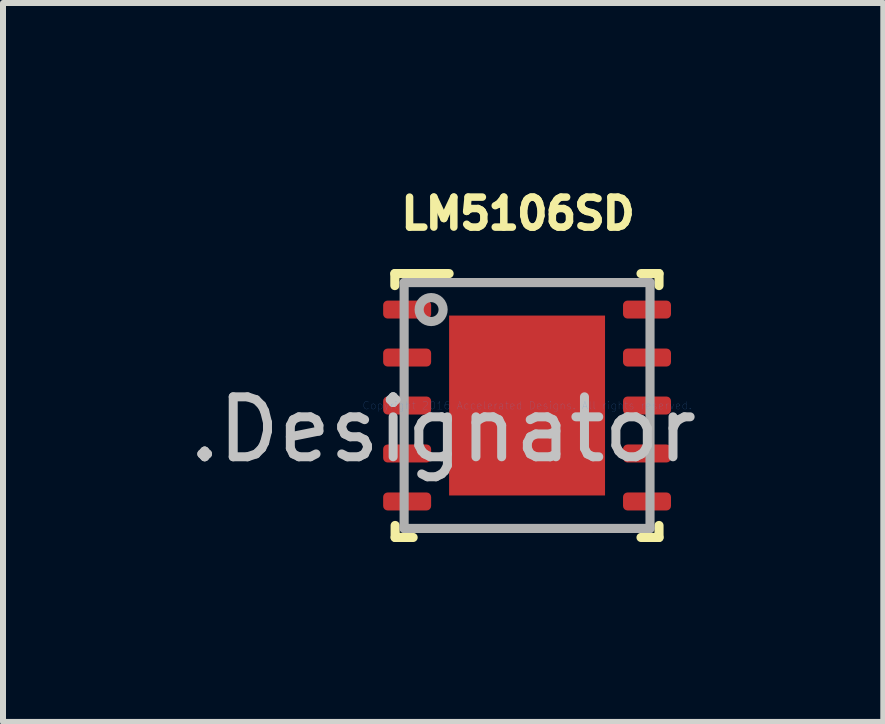
<source format=kicad_pcb>
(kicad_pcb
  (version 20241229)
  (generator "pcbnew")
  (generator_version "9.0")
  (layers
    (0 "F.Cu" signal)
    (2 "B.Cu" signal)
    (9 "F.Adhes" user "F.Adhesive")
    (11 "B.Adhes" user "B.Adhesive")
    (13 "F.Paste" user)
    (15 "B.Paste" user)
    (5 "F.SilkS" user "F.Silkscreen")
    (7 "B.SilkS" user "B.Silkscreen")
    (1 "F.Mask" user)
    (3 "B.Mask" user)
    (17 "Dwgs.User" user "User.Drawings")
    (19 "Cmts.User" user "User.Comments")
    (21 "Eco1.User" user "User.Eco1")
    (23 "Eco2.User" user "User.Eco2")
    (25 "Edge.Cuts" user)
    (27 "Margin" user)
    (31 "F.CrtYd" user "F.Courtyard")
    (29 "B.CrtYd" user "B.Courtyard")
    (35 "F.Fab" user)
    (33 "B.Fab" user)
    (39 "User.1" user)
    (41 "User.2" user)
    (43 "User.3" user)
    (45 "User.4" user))
  (footprint "LM5106SD"
    (layer "F.Cu")
    (at 5.739 3.712)
    (property "Reference" "LM5106SD" (at -0.15 -3.2 0) (layer "F.SilkS") (effects (font (size 0.5 0.5) (thickness 0.125))))
    (attr through_hole)
    (fp_line (start -2.205 -2.2) (end -1.3 -2.2) (stroke (width 0.152) (type solid)) (layer "F.SilkS"))
    (fp_line (start -2.205 -2) (end -2.205 -2.2) (stroke (width 0.152) (type solid)) (layer "F.SilkS"))
    (fp_line (start -2.2 2.2) (end -2.2 2) (stroke (width 0.152) (type solid)) (layer "F.SilkS"))
    (fp_line (start -2.2 2.2) (end -1.9 2.2) (stroke (width 0.152) (type solid)) (layer "F.SilkS"))
    (fp_line (start 1.9 -2.2) (end 2.2 -2.2) (stroke (width 0.152) (type solid)) (layer "F.SilkS"))
    (fp_line (start 1.9 2.2) (end 2.2 2.2) (stroke (width 0.152) (type solid)) (layer "F.SilkS"))
    (fp_line (start 2.2 -2) (end 2.2 -2.2) (stroke (width 0.152) (type solid)) (layer "F.SilkS"))
    (fp_line (start 2.2 2.2) (end 2.2 2) (stroke (width 0.152) (type solid)) (layer "F.SilkS"))
    (fp_line (start -1.248 -1.41) (end -1.248 -0.1) (stroke (width 0.152) (type solid)) (layer "F.Paste"))
    (fp_line (start -1.248 -0.1) (end -0.1 -0.1) (stroke (width 0.152) (type solid)) (layer "F.Paste"))
    (fp_line (start -1.248 0.1) (end -1.248 1.41) (stroke (width 0.152) (type solid)) (layer "F.Paste"))
    (fp_line (start -1.248 1.41) (end -0.1 1.41) (stroke (width 0.152) (type solid)) (layer "F.Paste"))
    (fp_line (start -0.1 -1.41) (end -1.248 -1.41) (stroke (width 0.152) (type solid)) (layer "F.Paste"))
    (fp_line (start -0.1 -0.1) (end -0.1 -1.41) (stroke (width 0.152) (type solid)) (layer "F.Paste"))
    (fp_line (start -0.1 0.1) (end -1.248 0.1) (stroke (width 0.152) (type solid)) (layer "F.Paste"))
    (fp_line (start -0.1 1.41) (end -0.1 0.1) (stroke (width 0.152) (type solid)) (layer "F.Paste"))
    (fp_line (start 0.1 -1.41) (end 0.1 -0.1) (stroke (width 0.152) (type solid)) (layer "F.Paste"))
    (fp_line (start 0.1 -0.1) (end 1.248 -0.1) (stroke (width 0.152) (type solid)) (layer "F.Paste"))
    (fp_line (start 0.1 0.1) (end 0.1 1.41) (stroke (width 0.152) (type solid)) (layer "F.Paste"))
    (fp_line (start 0.1 1.41) (end 1.248 1.41) (stroke (width 0.152) (type solid)) (layer "F.Paste"))
    (fp_line (start 1.248 -1.41) (end 0.1 -1.41) (stroke (width 0.152) (type solid)) (layer "F.Paste"))
    (fp_line (start 1.248 -0.1) (end 1.248 -1.41) (stroke (width 0.152) (type solid)) (layer "F.Paste"))
    (fp_line (start 1.248 0.1) (end 0.1 0.1) (stroke (width 0.152) (type solid)) (layer "F.Paste"))
    (fp_line (start 1.248 1.41) (end 1.248 0.1) (stroke (width 0.152) (type solid)) (layer "F.Paste"))
    (fp_line (start -2.05 -2.05) (end 2.05 -2.05) (stroke (width 0.152) (type solid)) (layer "F.Fab"))
    (fp_line (start -2.05 2.05) (end -2.05 -2.05) (stroke (width 0.152) (type solid)) (layer "F.Fab"))
    (fp_line (start -2.05 2.05) (end 2.05 2.05) (stroke (width 0.152) (type solid)) (layer "F.Fab"))
    (fp_line (start 2.05 2.05) (end 2.05 -2.05) (stroke (width 0.152) (type solid)) (layer "F.Fab"))
    (fp_circle (center -1.6 -1.6) (end -1.4 -1.6) (stroke (width 0.152) (type solid)) (fill no) (layer "F.Fab"))
    (fp_text user ".Designator" (at -1.4 0.4 0) (layer "Dwgs.User") (effects (font (size 1 1) (thickness 0.15))))
    (fp_text user "Copyright 2016 Accelerated Designs. All rights reserved." (at 0 0 0) (layer "Cmts.User") (effects (font (size 0.127 0.127) (thickness 0.002))))
    (pad "1" smd roundrect (at -2 -1.6 90) (size 0.3 0.8) (layers "F.Cu" "F.Mask" "F.Paste") (roundrect_rratio 0.25))
    (pad "2" smd roundrect (at -2 -0.8 90) (size 0.3 0.8) (layers "F.Cu" "F.Mask" "F.Paste") (roundrect_rratio 0.25))
    (pad "3" smd roundrect (at -2 0 90) (size 0.3 0.8) (layers "F.Cu" "F.Mask" "F.Paste") (roundrect_rratio 0.25))
    (pad "4" smd roundrect (at -2 0.8 90) (size 0.3 0.8) (layers "F.Cu" "F.Mask" "F.Paste") (roundrect_rratio 0.25))
    (pad "5" smd roundrect (at -2 1.6 90) (size 0.3 0.8) (layers "F.Cu" "F.Mask" "F.Paste") (roundrect_rratio 0.25))
    (pad "6" smd roundrect (at 2 1.6 90) (size 0.3 0.8) (layers "F.Cu" "F.Mask" "F.Paste") (roundrect_rratio 0.25))
    (pad "7" smd roundrect (at 2 0.8 90) (size 0.3 0.8) (layers "F.Cu" "F.Mask" "F.Paste") (roundrect_rratio 0.25))
    (pad "8" smd roundrect (at 2 0 90) (size 0.3 0.8) (layers "F.Cu" "F.Mask" "F.Paste") (roundrect_rratio 0.25))
    (pad "9" smd roundrect (at 2 -0.8 90) (size 0.3 0.8) (layers "F.Cu" "F.Mask" "F.Paste") (roundrect_rratio 0.25))
    (pad "10" smd roundrect (at 2 -1.6 90) (size 0.3 0.8) (layers "F.Cu" "F.Mask" "F.Paste") (roundrect_rratio 0.25))
    (pad "11" smd rect (at 0 0 90) (size 3 2.6) (layers "F.Cu" "F.Mask" "F.Paste")))
  (gr_rect
    (start -3 -3)
    (end 11.679 8.988)
    (stroke (width 0.1) (type default))
    (fill no)
    (layer "Edge.Cuts")))
</source>
